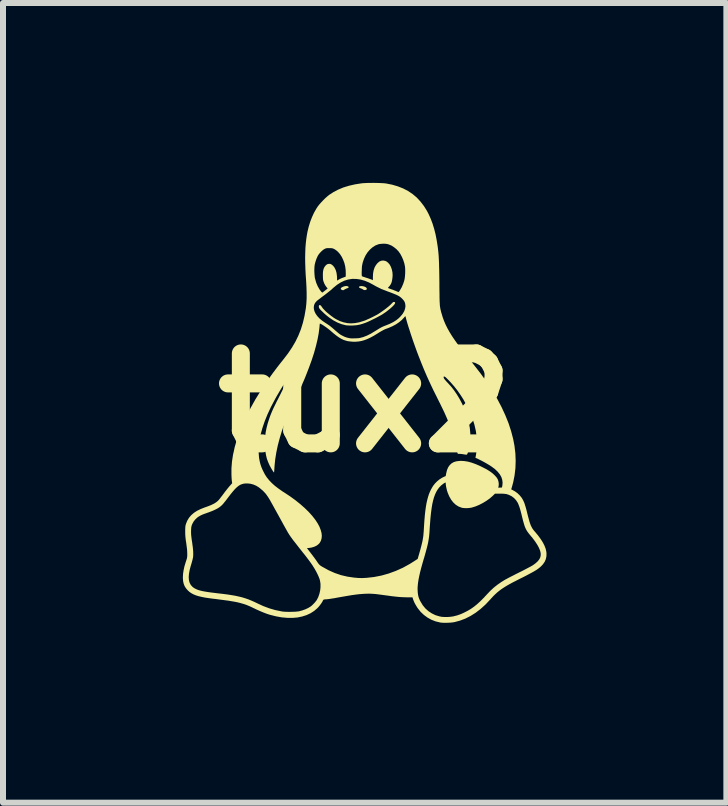
<source format=kicad_pcb>
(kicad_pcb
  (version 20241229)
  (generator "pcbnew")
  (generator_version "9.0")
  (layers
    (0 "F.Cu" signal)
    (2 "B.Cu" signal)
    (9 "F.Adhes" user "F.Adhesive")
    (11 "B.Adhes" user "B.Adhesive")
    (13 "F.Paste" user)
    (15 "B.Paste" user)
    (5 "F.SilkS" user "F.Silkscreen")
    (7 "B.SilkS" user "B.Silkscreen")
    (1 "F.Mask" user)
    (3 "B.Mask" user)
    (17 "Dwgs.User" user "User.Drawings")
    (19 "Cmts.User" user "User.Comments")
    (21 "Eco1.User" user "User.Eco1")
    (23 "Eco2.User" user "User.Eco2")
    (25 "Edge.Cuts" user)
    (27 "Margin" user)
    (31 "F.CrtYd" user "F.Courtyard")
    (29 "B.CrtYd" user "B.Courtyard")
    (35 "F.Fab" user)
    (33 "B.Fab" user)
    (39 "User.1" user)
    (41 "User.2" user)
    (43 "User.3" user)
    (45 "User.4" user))
  (footprint "tux2"
    (layer "F.Cu")
    (at 3.038 3.666)
    (property "Reference" "tux2" (at 0 0 0) (layer "F.SilkS") (effects (font (size 1.5 1.5) (thickness 0.3))))
    (attr board_only exclude_from_pos_files exclude_from_bom)
    (fp_poly (pts (xy -0.293 -1.943) (xy -0.281 -1.938) (xy -0.273 -1.929) (xy -0.275 -1.92) (xy -0.286 -1.913) (xy -0.296 -1.909) (xy -0.314 -1.902) (xy -0.333 -1.893) (xy -0.34 -1.889) (xy -0.354 -1.88) (xy -0.362 -1.876) (xy -0.37 -1.876) (xy -0.38 -1.879) (xy -0.386 -1.881) (xy -0.398 -1.888) (xy -0.405 -1.895) (xy -0.405 -1.896) (xy -0.403 -1.909) (xy -0.393 -1.92) (xy -0.376 -1.93) (xy -0.356 -1.938) (xy -0.334 -1.944) (xy -0.312 -1.946)) (stroke (width 0) (type solid)) (fill yes) (layer "F.SilkS"))
    (fp_poly (pts (xy -0.053 -1.945) (xy -0.027 -1.941) (xy -0.004 -1.934) (xy 0.014 -1.924) (xy 0.026 -1.912) (xy 0.03 -1.9) (xy 0.026 -1.888) (xy 0.026 -1.887) (xy 0.016 -1.882) (xy 0.001 -1.878) (xy -0.013 -1.878) (xy -0.016 -1.879) (xy -0.025 -1.883) (xy -0.037 -1.891) (xy -0.037 -1.891) (xy -0.052 -1.899) (xy -0.069 -1.906) (xy -0.073 -1.907) (xy -0.091 -1.915) (xy -0.1 -1.924) (xy -0.101 -1.932) (xy -0.093 -1.939) (xy -0.078 -1.944) (xy -0.055 -1.945)) (stroke (width 0) (type solid)) (fill yes) (layer "F.SilkS"))
    (fp_poly (pts (xy 0.485 -1.68) (xy 0.496 -1.678) (xy 0.501 -1.67) (xy 0.502 -1.665) (xy 0.499 -1.653) (xy 0.488 -1.637) (xy 0.47 -1.616) (xy 0.446 -1.593) (xy 0.418 -1.568) (xy 0.384 -1.541) (xy 0.348 -1.513) (xy 0.308 -1.486) (xy 0.295 -1.477) (xy 0.272 -1.463) (xy 0.243 -1.447) (xy 0.208 -1.428) (xy 0.17 -1.408) (xy 0.13 -1.389) (xy 0.092 -1.37) (xy 0.056 -1.353) (xy 0.026 -1.34) (xy 0.011 -1.334) (xy -0.043 -1.315) (xy -0.093 -1.301) (xy -0.143 -1.292) (xy -0.196 -1.288) (xy -0.213 -1.287) (xy -0.26 -1.287) (xy -0.297 -1.289) (xy -0.323 -1.292) (xy -0.392 -1.31) (xy -0.46 -1.337) (xy -0.528 -1.373) (xy -0.596 -1.419) (xy -0.627 -1.443) (xy -0.655 -1.466) (xy -0.682 -1.49) (xy -0.707 -1.514) (xy -0.73 -1.536) (xy -0.748 -1.555) (xy -0.76 -1.57) (xy -0.765 -1.578) (xy -0.771 -1.6) (xy -0.77 -1.616) (xy -0.764 -1.626) (xy -0.753 -1.629) (xy -0.741 -1.623) (xy -0.726 -1.606) (xy -0.717 -1.592) (xy -0.703 -1.573) (xy -0.681 -1.549) (xy -0.654 -1.522) (xy -0.623 -1.495) (xy -0.589 -1.467) (xy -0.554 -1.44) (xy -0.521 -1.416) (xy -0.489 -1.396) (xy -0.481 -1.392) (xy -0.419 -1.361) (xy -0.356 -1.34) (xy -0.294 -1.327) (xy -0.231 -1.323) (xy -0.165 -1.328) (xy -0.096 -1.341) (xy -0.023 -1.364) (xy -0.007 -1.369) (xy 0.018 -1.379) (xy 0.048 -1.393) (xy 0.083 -1.408) (xy 0.118 -1.425) (xy 0.153 -1.443) (xy 0.184 -1.459) (xy 0.21 -1.473) (xy 0.221 -1.48) (xy 0.249 -1.498) (xy 0.28 -1.52) (xy 0.313 -1.543) (xy 0.345 -1.567) (xy 0.375 -1.591) (xy 0.402 -1.613) (xy 0.423 -1.632) (xy 0.438 -1.647) (xy 0.438 -1.647) (xy 0.454 -1.664) (xy 0.465 -1.674) (xy 0.473 -1.679) (xy 0.481 -1.681)) (stroke (width 0) (type solid)) (fill yes) (layer "F.SilkS"))
    (fp_poly (pts (xy 0.189 -3.665) (xy 0.235 -3.664) (xy 0.278 -3.662) (xy 0.314 -3.66) (xy 0.343 -3.657) (xy 0.351 -3.656) (xy 0.452 -3.636) (xy 0.547 -3.608) (xy 0.636 -3.573) (xy 0.717 -3.531) (xy 0.793 -3.48) (xy 0.862 -3.422) (xy 0.924 -3.355) (xy 0.981 -3.281) (xy 1.033 -3.198) (xy 1.062 -3.142) (xy 1.096 -3.066) (xy 1.126 -2.986) (xy 1.152 -2.902) (xy 1.175 -2.812) (xy 1.194 -2.715) (xy 1.209 -2.621) (xy 1.214 -2.585) (xy 1.218 -2.55) (xy 1.222 -2.516) (xy 1.225 -2.482) (xy 1.228 -2.446) (xy 1.23 -2.408) (xy 1.232 -2.366) (xy 1.234 -2.32) (xy 1.235 -2.269) (xy 1.237 -2.211) (xy 1.238 -2.146) (xy 1.239 -2.073) (xy 1.24 -1.994) (xy 1.24 -1.922) (xy 1.241 -1.86) (xy 1.242 -1.807) (xy 1.242 -1.76) (xy 1.243 -1.721) (xy 1.244 -1.687) (xy 1.246 -1.658) (xy 1.247 -1.633) (xy 1.249 -1.611) (xy 1.252 -1.592) (xy 1.255 -1.574) (xy 1.258 -1.556) (xy 1.263 -1.539) (xy 1.267 -1.519) (xy 1.273 -1.498) (xy 1.276 -1.489) (xy 1.294 -1.428) (xy 1.316 -1.367) (xy 1.342 -1.306) (xy 1.373 -1.243) (xy 1.41 -1.177) (xy 1.452 -1.109) (xy 1.501 -1.037) (xy 1.556 -0.96) (xy 1.618 -0.878) (xy 1.68 -0.8) (xy 1.7 -0.775) (xy 1.725 -0.744) (xy 1.753 -0.709) (xy 1.781 -0.674) (xy 1.808 -0.64) (xy 1.817 -0.629) (xy 1.928 -0.486) (xy 2.03 -0.344) (xy 2.121 -0.204) (xy 2.204 -0.065) (xy 2.276 0.072) (xy 2.339 0.208) (xy 2.393 0.342) (xy 2.436 0.474) (xy 2.47 0.604) (xy 2.492 0.718) (xy 2.507 0.844) (xy 2.512 0.969) (xy 2.508 1.091) (xy 2.494 1.21) (xy 2.471 1.327) (xy 2.453 1.393) (xy 2.447 1.414) (xy 2.442 1.431) (xy 2.439 1.442) (xy 2.438 1.445) (xy 2.443 1.448) (xy 2.453 1.454) (xy 2.461 1.457) (xy 2.502 1.48) (xy 2.543 1.51) (xy 2.58 1.546) (xy 2.612 1.585) (xy 2.624 1.605) (xy 2.637 1.628) (xy 2.648 1.652) (xy 2.659 1.678) (xy 2.669 1.71) (xy 2.68 1.746) (xy 2.692 1.79) (xy 2.705 1.843) (xy 2.705 1.843) (xy 2.719 1.899) (xy 2.732 1.946) (xy 2.743 1.986) (xy 2.754 2.019) (xy 2.765 2.048) (xy 2.777 2.072) (xy 2.789 2.095) (xy 2.804 2.116) (xy 2.82 2.137) (xy 2.833 2.151) (xy 2.886 2.215) (xy 2.93 2.275) (xy 2.966 2.332) (xy 2.993 2.385) (xy 3.012 2.435) (xy 3.023 2.483) (xy 3.026 2.51) (xy 3.025 2.561) (xy 3.015 2.609) (xy 2.996 2.653) (xy 2.967 2.695) (xy 2.95 2.713) (xy 2.934 2.73) (xy 2.917 2.745) (xy 2.9 2.759) (xy 2.881 2.773) (xy 2.86 2.788) (xy 2.835 2.803) (xy 2.806 2.82) (xy 2.771 2.839) (xy 2.73 2.861) (xy 2.683 2.886) (xy 2.628 2.914) (xy 2.593 2.931) (xy 2.523 2.967) (xy 2.46 2.999) (xy 2.405 3.029) (xy 2.356 3.057) (xy 2.313 3.084) (xy 2.274 3.11) (xy 2.239 3.136) (xy 2.206 3.163) (xy 2.175 3.191) (xy 2.144 3.221) (xy 2.113 3.254) (xy 2.088 3.282) (xy 2.009 3.366) (xy 1.928 3.439) (xy 1.845 3.503) (xy 1.759 3.557) (xy 1.672 3.601) (xy 1.582 3.635) (xy 1.496 3.658) (xy 1.463 3.664) (xy 1.423 3.668) (xy 1.38 3.67) (xy 1.337 3.671) (xy 1.296 3.67) (xy 1.262 3.667) (xy 1.251 3.665) (xy 1.177 3.647) (xy 1.107 3.62) (xy 1.042 3.584) (xy 0.982 3.54) (xy 0.927 3.488) (xy 0.88 3.429) (xy 0.871 3.416) (xy 0.844 3.372) (xy 0.821 3.329) (xy 0.805 3.289) (xy 0.8 3.275) (xy 0.791 3.246) (xy 0.711 3.246) (xy 0.666 3.245) (xy 0.619 3.243) (xy 0.567 3.24) (xy 0.51 3.234) (xy 0.447 3.227) (xy 0.376 3.217) (xy 0.345 3.213) (xy 0.292 3.206) (xy 0.247 3.2) (xy 0.209 3.195) (xy 0.176 3.191) (xy 0.149 3.189) (xy 0.124 3.187) (xy 0.1 3.186) (xy 0.077 3.185) (xy 0.059 3.185) (xy 0.012 3.186) (xy -0.039 3.189) (xy -0.093 3.193) (xy -0.152 3.2) (xy -0.218 3.209) (xy -0.29 3.221) (xy -0.371 3.235) (xy -0.418 3.243) (xy -0.468 3.252) (xy -0.509 3.26) (xy -0.544 3.265) (xy -0.574 3.27) (xy -0.601 3.274) (xy -0.626 3.277) (xy -0.65 3.279) (xy -0.656 3.279) (xy -0.676 3.281) (xy -0.688 3.284) (xy -0.695 3.287) (xy -0.699 3.293) (xy -0.702 3.298) (xy -0.713 3.321) (xy -0.73 3.347) (xy -0.751 3.376) (xy -0.773 3.403) (xy -0.794 3.426) (xy -0.849 3.473) (xy -0.91 3.512) (xy -0.977 3.543) (xy -1.05 3.566) (xy -1.127 3.582) (xy -1.21 3.589) (xy -1.297 3.588) (xy -1.389 3.58) (xy -1.484 3.563) (xy -1.583 3.538) (xy -1.6 3.533) (xy -1.645 3.518) (xy -1.697 3.498) (xy -1.752 3.475) (xy -1.81 3.449) (xy -1.845 3.432) (xy -1.885 3.413) (xy -1.917 3.398) (xy -1.945 3.386) (xy -1.969 3.376) (xy -1.993 3.367) (xy -2.017 3.359) (xy -2.044 3.351) (xy -2.046 3.351) (xy -2.075 3.342) (xy -2.103 3.335) (xy -2.132 3.328) (xy -2.162 3.322) (xy -2.195 3.316) (xy -2.231 3.31) (xy -2.271 3.303) (xy -2.317 3.297) (xy -2.37 3.29) (xy -2.43 3.282) (xy -2.498 3.273) (xy -2.535 3.269) (xy -2.61 3.259) (xy -2.676 3.249) (xy -2.733 3.237) (xy -2.783 3.225) (xy -2.826 3.211) (xy -2.864 3.195) (xy -2.897 3.177) (xy -2.926 3.157) (xy -2.952 3.134) (xy -2.954 3.132) (xy -2.985 3.097) (xy -3.008 3.061) (xy -3.024 3.022) (xy -3.034 2.977) (xy -3.038 2.925) (xy -3.038 2.911) (xy -2.941 2.911) (xy -2.937 2.96) (xy -2.926 3.002) (xy -2.907 3.038) (xy -2.881 3.068) (xy -2.856 3.088) (xy -2.833 3.101) (xy -2.808 3.113) (xy -2.781 3.124) (xy -2.749 3.133) (xy -2.712 3.142) (xy -2.669 3.15) (xy -2.619 3.158) (xy -2.562 3.166) (xy -2.496 3.174) (xy -2.465 3.178) (xy -2.377 3.188) (xy -2.298 3.198) (xy -2.227 3.209) (xy -2.163 3.22) (xy -2.104 3.233) (xy -2.05 3.246) (xy -1.998 3.262) (xy -1.948 3.279) (xy -1.899 3.299) (xy -1.849 3.321) (xy -1.798 3.345) (xy -1.797 3.346) (xy -1.697 3.392) (xy -1.598 3.429) (xy -1.499 3.458) (xy -1.398 3.479) (xy -1.382 3.482) (xy -1.356 3.485) (xy -1.323 3.487) (xy -1.285 3.488) (xy -1.245 3.488) (xy -1.205 3.487) (xy -1.168 3.486) (xy -1.134 3.483) (xy -1.107 3.48) (xy -1.097 3.478) (xy -1.046 3.464) (xy -0.996 3.446) (xy -0.951 3.425) (xy -0.912 3.402) (xy -0.908 3.399) (xy -0.886 3.382) (xy -0.862 3.358) (xy -0.838 3.333) (xy -0.817 3.307) (xy -0.806 3.292) (xy -0.781 3.244) (xy -0.762 3.19) (xy -0.749 3.134) (xy -0.744 3.091) (xy 0.876 3.091) (xy 0.877 3.13) (xy 0.879 3.165) (xy 0.884 3.204) (xy 0.891 3.237) (xy 0.902 3.268) (xy 0.917 3.302) (xy 0.924 3.314) (xy 0.961 3.376) (xy 1.005 3.43) (xy 1.056 3.476) (xy 1.112 3.513) (xy 1.173 3.543) (xy 1.239 3.563) (xy 1.278 3.571) (xy 1.304 3.573) (xy 1.336 3.574) (xy 1.372 3.574) (xy 1.409 3.572) (xy 1.443 3.568) (xy 1.471 3.564) (xy 1.537 3.547) (xy 1.602 3.524) (xy 1.648 3.503) (xy 1.707 3.473) (xy 1.762 3.441) (xy 1.815 3.404) (xy 1.867 3.362) (xy 1.92 3.314) (xy 1.975 3.259) (xy 2.031 3.199) (xy 2.088 3.139) (xy 2.146 3.085) (xy 2.209 3.035) (xy 2.277 2.988) (xy 2.324 2.959) (xy 2.341 2.949) (xy 2.366 2.936) (xy 2.397 2.919) (xy 2.434 2.9) (xy 2.474 2.88) (xy 2.516 2.858) (xy 2.559 2.837) (xy 2.568 2.832) (xy 2.611 2.811) (xy 2.652 2.79) (xy 2.692 2.769) (xy 2.728 2.75) (xy 2.759 2.734) (xy 2.783 2.72) (xy 2.8 2.71) (xy 2.803 2.708) (xy 2.845 2.677) (xy 2.878 2.647) (xy 2.902 2.618) (xy 2.919 2.588) (xy 2.928 2.555) (xy 2.93 2.544) (xy 2.929 2.507) (xy 2.919 2.466) (xy 2.9 2.42) (xy 2.873 2.37) (xy 2.837 2.315) (xy 2.793 2.256) (xy 2.761 2.218) (xy 2.737 2.189) (xy 2.717 2.163) (xy 2.7 2.138) (xy 2.685 2.112) (xy 2.672 2.084) (xy 2.66 2.053) (xy 2.649 2.017) (xy 2.637 1.974) (xy 2.624 1.924) (xy 2.618 1.9) (xy 2.606 1.849) (xy 2.595 1.807) (xy 2.585 1.772) (xy 2.576 1.743) (xy 2.567 1.718) (xy 2.558 1.695) (xy 2.549 1.674) (xy 2.544 1.665) (xy 2.517 1.624) (xy 2.483 1.588) (xy 2.442 1.558) (xy 2.396 1.536) (xy 2.355 1.523) (xy 2.336 1.521) (xy 2.309 1.518) (xy 2.276 1.517) (xy 2.245 1.517) (xy 2.167 1.517) (xy 2.13 1.553) (xy 2.081 1.596) (xy 2.025 1.636) (xy 1.966 1.672) (xy 1.904 1.704) (xy 1.842 1.73) (xy 1.783 1.748) (xy 1.77 1.751) (xy 1.736 1.756) (xy 1.699 1.759) (xy 1.662 1.758) (xy 1.629 1.755) (xy 1.608 1.75) (xy 1.559 1.731) (xy 1.513 1.702) (xy 1.472 1.664) (xy 1.436 1.618) (xy 1.405 1.564) (xy 1.379 1.503) (xy 1.377 1.496) (xy 1.366 1.463) (xy 1.358 1.428) (xy 1.351 1.395) (xy 1.347 1.367) (xy 1.346 1.351) (xy 1.345 1.338) (xy 1.343 1.331) (xy 1.342 1.331) (xy 1.334 1.334) (xy 1.32 1.342) (xy 1.302 1.354) (xy 1.284 1.368) (xy 1.267 1.382) (xy 1.26 1.389) (xy 1.233 1.418) (xy 1.209 1.451) (xy 1.187 1.488) (xy 1.168 1.53) (xy 1.15 1.578) (xy 1.135 1.632) (xy 1.121 1.693) (xy 1.11 1.762) (xy 1.1 1.838) (xy 1.091 1.923) (xy 1.084 2.017) (xy 1.079 2.08) (xy 1.076 2.132) (xy 1.073 2.178) (xy 1.069 2.22) (xy 1.064 2.26) (xy 1.058 2.298) (xy 1.051 2.337) (xy 1.042 2.377) (xy 1.031 2.421) (xy 1.018 2.469) (xy 1.003 2.524) (xy 0.985 2.587) (xy 0.981 2.599) (xy 0.956 2.685) (xy 0.935 2.762) (xy 0.917 2.832) (xy 0.903 2.895) (xy 0.892 2.951) (xy 0.884 3.002) (xy 0.879 3.048) (xy 0.876 3.091) (xy -0.744 3.091) (xy -0.743 3.076) (xy -0.743 3.02) (xy -0.751 2.968) (xy -0.759 2.939) (xy -0.773 2.903) (xy -0.792 2.861) (xy -0.814 2.817) (xy -0.839 2.773) (xy -0.859 2.74) (xy -0.875 2.715) (xy -0.893 2.688) (xy -0.914 2.659) (xy -0.938 2.626) (xy -0.966 2.589) (xy -0.998 2.547) (xy -1.036 2.5) (xy -1.079 2.445) (xy -1.083 2.441) (xy -1.11 2.406) (xy -1.138 2.37) (xy -1.165 2.335) (xy -1.19 2.304) (xy -1.211 2.276) (xy -1.227 2.254) (xy -1.231 2.248) (xy -1.241 2.235) (xy -1.249 2.223) (xy -1.257 2.211) (xy -1.265 2.199) (xy -1.273 2.186) (xy -1.283 2.171) (xy -1.293 2.153) (xy -1.305 2.132) (xy -1.319 2.107) (xy -1.335 2.078) (xy -1.355 2.043) (xy -1.377 2.002) (xy -1.403 1.955) (xy -1.433 1.9) (xy -1.468 1.837) (xy -1.474 1.826) (xy -1.507 1.767) (xy -1.535 1.715) (xy -1.56 1.671) (xy -1.581 1.633) (xy -1.6 1.601) (xy -1.617 1.574) (xy -1.633 1.551) (xy -1.647 1.531) (xy -1.661 1.513) (xy -1.676 1.497) (xy -1.69 1.482) (xy -1.706 1.466) (xy -1.72 1.454) (xy -1.768 1.414) (xy -1.815 1.385) (xy -1.864 1.364) (xy -1.915 1.351) (xy -1.957 1.347) (xy -1.991 1.347) (xy -2.023 1.35) (xy -2.052 1.358) (xy -2.08 1.369) (xy -2.108 1.386) (xy -2.137 1.409) (xy -2.167 1.438) (xy -2.199 1.474) (xy -2.235 1.518) (xy -2.273 1.567) (xy -2.295 1.596) (xy -2.316 1.624) (xy -2.336 1.649) (xy -2.353 1.67) (xy -2.365 1.685) (xy -2.369 1.69) (xy -2.396 1.717) (xy -2.425 1.741) (xy -2.459 1.763) (xy -2.498 1.783) (xy -2.544 1.804) (xy -2.598 1.825) (xy -2.624 1.834) (xy -2.654 1.845) (xy -2.685 1.856) (xy -2.713 1.867) (xy -2.735 1.877) (xy -2.741 1.88) (xy -2.786 1.906) (xy -2.825 1.94) (xy -2.858 1.98) (xy -2.882 2.024) (xy -2.891 2.047) (xy -2.898 2.077) (xy -2.901 2.115) (xy -2.902 2.158) (xy -2.9 2.207) (xy -2.894 2.259) (xy -2.891 2.283) (xy -2.883 2.333) (xy -2.878 2.374) (xy -2.873 2.407) (xy -2.87 2.436) (xy -2.868 2.46) (xy -2.866 2.483) (xy -2.866 2.504) (xy -2.865 2.52) (xy -2.866 2.539) (xy -2.866 2.557) (xy -2.868 2.573) (xy -2.871 2.59) (xy -2.875 2.609) (xy -2.881 2.632) (xy -2.889 2.661) (xy -2.899 2.697) (xy -2.908 2.725) (xy -2.926 2.794) (xy -2.937 2.856) (xy -2.941 2.911) (xy -3.038 2.911) (xy -3.038 2.909) (xy -3.035 2.853) (xy -3.026 2.793) (xy -3.012 2.729) (xy -2.991 2.66) (xy -2.989 2.654) (xy -2.98 2.626) (xy -2.973 2.605) (xy -2.969 2.588) (xy -2.967 2.573) (xy -2.965 2.555) (xy -2.965 2.533) (xy -2.965 2.517) (xy -2.966 2.485) (xy -2.968 2.45) (xy -2.973 2.411) (xy -2.979 2.365) (xy -2.982 2.339) (xy -2.989 2.298) (xy -2.993 2.263) (xy -2.996 2.234) (xy -2.998 2.206) (xy -2.999 2.178) (xy -2.999 2.146) (xy -2.999 2.144) (xy -2.999 2.112) (xy -2.998 2.087) (xy -2.997 2.069) (xy -2.995 2.054) (xy -2.992 2.039) (xy -2.987 2.024) (xy -2.986 2.019) (xy -2.964 1.966) (xy -2.935 1.918) (xy -2.898 1.875) (xy -2.854 1.837) (xy -2.802 1.803) (xy -2.74 1.773) (xy -2.682 1.75) (xy -2.626 1.73) (xy -2.579 1.712) (xy -2.54 1.694) (xy -2.508 1.677) (xy -2.481 1.659) (xy -2.458 1.641) (xy -2.439 1.621) (xy -2.437 1.619) (xy -2.427 1.607) (xy -2.412 1.587) (xy -2.394 1.564) (xy -2.374 1.538) (xy -2.356 1.514) (xy -2.335 1.485) (xy -2.311 1.455) (xy -2.289 1.427) (xy -2.269 1.403) (xy -2.257 1.389) (xy -2.216 1.343) (xy -2.22 1.315) (xy -2.222 1.301) (xy -2.224 1.278) (xy -2.226 1.251) (xy -2.227 1.221) (xy -2.228 1.204) (xy -2.228 1.095) (xy -2.219 0.981) (xy -2.201 0.863) (xy -2.192 0.826) (xy -1.775 0.826) (xy -1.768 0.916) (xy -1.758 0.972) (xy -1.749 1.011) (xy -1.738 1.047) (xy -1.725 1.083) (xy -1.708 1.122) (xy -1.699 1.14) (xy -1.671 1.195) (xy -1.638 1.246) (xy -1.599 1.294) (xy -1.555 1.34) (xy -1.504 1.386) (xy -1.444 1.432) (xy -1.377 1.479) (xy -1.342 1.501) (xy -1.25 1.562) (xy -1.163 1.625) (xy -1.082 1.69) (xy -1.007 1.756) (xy -0.94 1.821) (xy -0.881 1.887) (xy -0.83 1.952) (xy -0.791 2.011) (xy -0.761 2.067) (xy -0.74 2.121) (xy -0.726 2.172) (xy -0.721 2.22) (xy -0.725 2.264) (xy -0.737 2.304) (xy -0.757 2.339) (xy -0.772 2.356) (xy -0.806 2.383) (xy -0.848 2.403) (xy -0.897 2.417) (xy -0.933 2.422) (xy -0.969 2.426) (xy -0.906 2.507) (xy -0.883 2.537) (xy -0.859 2.569) (xy -0.836 2.6) (xy -0.816 2.628) (xy -0.803 2.647) (xy -0.787 2.671) (xy -0.774 2.688) (xy -0.763 2.7) (xy -0.752 2.711) (xy -0.738 2.721) (xy -0.719 2.733) (xy -0.708 2.739) (xy -0.607 2.795) (xy -0.505 2.84) (xy -0.4 2.876) (xy -0.293 2.901) (xy -0.183 2.917) (xy -0.112 2.923) (xy -0.092 2.924) (xy -0.074 2.924) (xy -0.064 2.925) (xy -0.053 2.925) (xy -0.035 2.924) (xy -0.011 2.923) (xy 0.016 2.921) (xy 0.025 2.921) (xy 0.15 2.907) (xy 0.273 2.883) (xy 0.394 2.849) (xy 0.514 2.805) (xy 0.632 2.752) (xy 0.748 2.688) (xy 0.824 2.64) (xy 0.878 2.605) (xy 0.904 2.515) (xy 0.922 2.451) (xy 0.937 2.395) (xy 0.949 2.346) (xy 0.959 2.302) (xy 0.966 2.261) (xy 0.972 2.223) (xy 0.975 2.185) (xy 0.978 2.151) (xy 0.984 2.052) (xy 0.99 1.962) (xy 0.997 1.88) (xy 1.005 1.807) (xy 1.014 1.741) (xy 1.024 1.681) (xy 1.036 1.627) (xy 1.049 1.578) (xy 1.063 1.533) (xy 1.079 1.492) (xy 1.097 1.453) (xy 1.117 1.417) (xy 1.136 1.386) (xy 1.165 1.349) (xy 1.2 1.313) (xy 1.24 1.28) (xy 1.282 1.253) (xy 1.323 1.233) (xy 1.324 1.232) (xy 1.345 1.224) (xy 1.354 1.176) (xy 1.367 1.123) (xy 1.386 1.078) (xy 1.412 1.041) (xy 1.443 1.012) (xy 1.481 0.99) (xy 1.526 0.977) (xy 1.578 0.971) (xy 1.595 0.97) (xy 1.653 0.973) (xy 1.711 0.982) (xy 1.772 0.998) (xy 1.837 1.021) (xy 1.859 1.03) (xy 1.887 1.042) (xy 1.921 1.057) (xy 1.957 1.075) (xy 1.992 1.093) (xy 2.024 1.109) (xy 2.047 1.123) (xy 2.091 1.151) (xy 2.13 1.181) (xy 2.164 1.213) (xy 2.192 1.244) (xy 2.211 1.274) (xy 2.214 1.28) (xy 2.223 1.307) (xy 2.229 1.338) (xy 2.23 1.369) (xy 2.226 1.397) (xy 2.226 1.399) (xy 2.221 1.418) (xy 2.252 1.416) (xy 2.283 1.415) (xy 2.29 1.382) (xy 2.294 1.333) (xy 2.288 1.286) (xy 2.273 1.239) (xy 2.247 1.194) (xy 2.211 1.15) (xy 2.165 1.106) (xy 2.108 1.064) (xy 2.107 1.063) (xy 2.081 1.046) (xy 2.048 1.026) (xy 2.012 1.005) (xy 1.974 0.984) (xy 1.938 0.965) (xy 1.904 0.948) (xy 1.877 0.934) (xy 1.872 0.932) (xy 1.841 0.919) (xy 1.85 0.872) (xy 1.864 0.776) (xy 1.868 0.676) (xy 1.862 0.575) (xy 1.848 0.471) (xy 1.824 0.367) (xy 1.791 0.261) (xy 1.749 0.155) (xy 1.697 0.048) (xy 1.638 -0.058) (xy 1.594 -0.127) (xy 1.541 -0.203) (xy 1.486 -0.273) (xy 1.427 -0.34) (xy 1.382 -0.387) (xy 1.358 -0.411) (xy 1.339 -0.428) (xy 1.325 -0.436) (xy 1.316 -0.437) (xy 1.311 -0.431) (xy 1.311 -0.423) (xy 1.312 -0.415) (xy 1.316 -0.405) (xy 1.325 -0.392) (xy 1.338 -0.376) (xy 1.356 -0.355) (xy 1.381 -0.329) (xy 1.389 -0.32) (xy 1.44 -0.264) (xy 1.486 -0.204) (xy 1.53 -0.14) (xy 1.573 -0.069) (xy 1.615 0.01) (xy 1.618 0.016) (xy 1.664 0.119) (xy 1.701 0.22) (xy 1.729 0.321) (xy 1.747 0.42) (xy 1.756 0.518) (xy 1.755 0.613) (xy 1.745 0.707) (xy 1.725 0.797) (xy 1.719 0.815) (xy 1.712 0.839) (xy 1.706 0.855) (xy 1.7 0.864) (xy 1.691 0.867) (xy 1.678 0.866) (xy 1.658 0.863) (xy 1.653 0.862) (xy 1.628 0.858) (xy 1.602 0.855) (xy 1.58 0.853) (xy 1.576 0.853) (xy 1.563 0.854) (xy 1.554 0.853) (xy 1.547 0.85) (xy 1.543 0.844) (xy 1.54 0.832) (xy 1.536 0.813) (xy 1.531 0.79) (xy 1.521 0.74) (xy 1.507 0.684) (xy 1.491 0.624) (xy 1.473 0.562) (xy 1.454 0.501) (xy 1.448 0.483) (xy 1.432 0.435) (xy 1.416 0.391) (xy 1.401 0.348) (xy 1.385 0.307) (xy 1.368 0.265) (xy 1.349 0.222) (xy 1.329 0.176) (xy 1.306 0.127) (xy 1.279 0.072) (xy 1.25 0.012) (xy 1.216 -0.055) (xy 1.197 -0.094) (xy 1.138 -0.212) (xy 1.084 -0.326) (xy 1.033 -0.438) (xy 0.984 -0.551) (xy 0.937 -0.667) (xy 0.889 -0.789) (xy 0.86 -0.866) (xy 0.841 -0.919) (xy 0.821 -0.975) (xy 0.8 -1.034) (xy 0.78 -1.093) (xy 0.76 -1.153) (xy 0.742 -1.21) (xy 0.724 -1.265) (xy 0.709 -1.314) (xy 0.696 -1.359) (xy 0.686 -1.395) (xy 0.681 -1.416) (xy 0.677 -1.431) (xy 0.673 -1.441) (xy 0.671 -1.443) (xy 0.667 -1.439) (xy 0.658 -1.429) (xy 0.648 -1.417) (xy 0.612 -1.379) (xy 0.568 -1.342) (xy 0.516 -1.307) (xy 0.459 -1.276) (xy 0.397 -1.249) (xy 0.379 -1.242) (xy 0.354 -1.233) (xy 0.331 -1.224) (xy 0.31 -1.214) (xy 0.288 -1.202) (xy 0.263 -1.188) (xy 0.233 -1.17) (xy 0.203 -1.151) (xy 0.142 -1.114) (xy 0.086 -1.084) (xy 0.034 -1.06) (xy -0.014 -1.042) (xy -0.061 -1.029) (xy -0.107 -1.021) (xy -0.155 -1.017) (xy -0.203 -1.017) (xy -0.247 -1.021) (xy -0.287 -1.026) (xy -0.325 -1.036) (xy -0.362 -1.049) (xy -0.399 -1.067) (xy -0.437 -1.09) (xy -0.478 -1.119) (xy -0.522 -1.154) (xy -0.572 -1.197) (xy -0.58 -1.204) (xy -0.598 -1.219) (xy -0.62 -1.236) (xy -0.644 -1.254) (xy -0.668 -1.271) (xy -0.692 -1.287) (xy -0.714 -1.301) (xy -0.732 -1.311) (xy -0.746 -1.318) (xy -0.753 -1.32) (xy -0.754 -1.319) (xy -0.755 -1.312) (xy -0.757 -1.297) (xy -0.759 -1.276) (xy -0.761 -1.252) (xy -0.773 -1.158) (xy -0.792 -1.057) (xy -0.818 -0.948) (xy -0.85 -0.832) (xy -0.89 -0.709) (xy -0.937 -0.58) (xy -0.983 -0.462) (xy -1.002 -0.414) (xy -1.022 -0.367) (xy -1.043 -0.319) (xy -1.064 -0.268) (xy -1.088 -0.215) (xy -1.114 -0.157) (xy -1.143 -0.093) (xy -1.175 -0.023) (xy -1.209 0.051) (xy -1.239 0.115) (xy -1.264 0.171) (xy -1.286 0.22) (xy -1.306 0.263) (xy -1.322 0.301) (xy -1.337 0.336) (xy -1.35 0.369) (xy -1.361 0.399) (xy -1.372 0.43) (xy -1.383 0.461) (xy -1.392 0.487) (xy -1.426 0.601) (xy -1.456 0.716) (xy -1.48 0.831) (xy -1.498 0.943) (xy -1.509 1.051) (xy -1.512 1.097) (xy -1.514 1.122) (xy -1.515 1.142) (xy -1.517 1.157) (xy -1.518 1.163) (xy -1.519 1.163) (xy -1.523 1.159) (xy -1.532 1.148) (xy -1.543 1.131) (xy -1.556 1.11) (xy -1.569 1.087) (xy -1.582 1.063) (xy -1.591 1.047) (xy -1.617 0.989) (xy -1.638 0.932) (xy -1.652 0.873) (xy -1.663 0.81) (xy -1.668 0.742) (xy -1.67 0.706) (xy -1.67 0.631) (xy -1.666 0.561) (xy -1.657 0.492) (xy -1.643 0.422) (xy -1.624 0.348) (xy -1.603 0.282) (xy -1.591 0.246) (xy -1.579 0.213) (xy -1.566 0.181) (xy -1.553 0.149) (xy -1.538 0.115) (xy -1.521 0.078) (xy -1.5 0.036) (xy -1.477 -0.012) (xy -1.45 -0.064) (xy -1.431 -0.102) (xy -1.412 -0.139) (xy -1.395 -0.174) (xy -1.38 -0.204) (xy -1.368 -0.23) (xy -1.36 -0.248) (xy -1.357 -0.255) (xy -1.347 -0.281) (xy -1.342 -0.3) (xy -1.342 -0.311) (xy -1.346 -0.314) (xy -1.347 -0.314) (xy -1.351 -0.309) (xy -1.36 -0.296) (xy -1.373 -0.277) (xy -1.388 -0.252) (xy -1.406 -0.223) (xy -1.425 -0.191) (xy -1.445 -0.157) (xy -1.466 -0.121) (xy -1.486 -0.086) (xy -1.504 -0.053) (xy -1.505 -0.051) (xy -1.571 0.074) (xy -1.627 0.195) (xy -1.674 0.311) (xy -1.712 0.423) (xy -1.742 0.531) (xy -1.762 0.634) (xy -1.773 0.732) (xy -1.775 0.826) (xy -2.192 0.826) (xy -2.174 0.742) (xy -2.138 0.617) (xy -2.093 0.489) (xy -2.04 0.358) (xy -1.979 0.223) (xy -1.908 0.087) (xy -1.83 -0.053) (xy -1.743 -0.194) (xy -1.649 -0.338) (xy -1.546 -0.483) (xy -1.491 -0.556) (xy -1.467 -0.588) (xy -1.439 -0.624) (xy -1.41 -0.661) (xy -1.381 -0.697) (xy -1.362 -0.721) (xy -1.286 -0.82) (xy -1.219 -0.919) (xy -1.161 -1.018) (xy -1.112 -1.119) (xy -1.07 -1.224) (xy -1.036 -1.334) (xy -1.009 -1.449) (xy -0.988 -1.571) (xy -0.985 -1.593) (xy -0.985 -1.595) (xy -0.855 -1.595) (xy -0.853 -1.559) (xy -0.842 -1.521) (xy -0.823 -1.482) (xy -0.796 -1.444) (xy -0.761 -1.406) (xy -0.718 -1.37) (xy -0.688 -1.349) (xy -0.664 -1.333) (xy -0.64 -1.317) (xy -0.618 -1.303) (xy -0.61 -1.297) (xy -0.593 -1.286) (xy -0.572 -1.269) (xy -0.549 -1.25) (xy -0.525 -1.23) (xy -0.519 -1.225) (xy -0.496 -1.204) (xy -0.472 -1.184) (xy -0.451 -1.166) (xy -0.435 -1.153) (xy -0.431 -1.15) (xy -0.405 -1.132) (xy -0.373 -1.115) (xy -0.34 -1.099) (xy -0.309 -1.088) (xy -0.29 -1.083) (xy -0.272 -1.079) (xy -0.257 -1.076) (xy -0.251 -1.075) (xy -0.235 -1.073) (xy -0.212 -1.072) (xy -0.184 -1.073) (xy -0.154 -1.073) (xy -0.126 -1.075) (xy -0.102 -1.077) (xy -0.089 -1.079) (xy -0.029 -1.095) (xy 0.035 -1.12) (xy 0.102 -1.154) (xy 0.144 -1.18) (xy 0.184 -1.204) (xy 0.216 -1.224) (xy 0.242 -1.24) (xy 0.264 -1.252) (xy 0.284 -1.263) (xy 0.303 -1.271) (xy 0.321 -1.279) (xy 0.342 -1.287) (xy 0.345 -1.288) (xy 0.412 -1.315) (xy 0.47 -1.344) (xy 0.521 -1.376) (xy 0.565 -1.412) (xy 0.598 -1.446) (xy 0.63 -1.486) (xy 0.654 -1.528) (xy 0.668 -1.569) (xy 0.674 -1.61) (xy 0.67 -1.649) (xy 0.661 -1.679) (xy 0.648 -1.701) (xy 0.628 -1.725) (xy 0.605 -1.748) (xy 0.58 -1.768) (xy 0.569 -1.775) (xy 0.546 -1.788) (xy 0.514 -1.803) (xy 0.474 -1.819) (xy 0.429 -1.837) (xy 0.379 -1.855) (xy 0.361 -1.862) (xy 0.273 -1.896) (xy 0.188 -1.938) (xy 0.142 -1.964) (xy 0.068 -2.004) (xy -0.005 -2.034) (xy -0.076 -2.054) (xy -0.145 -2.064) (xy -0.213 -2.065) (xy -0.279 -2.055) (xy -0.344 -2.035) (xy -0.407 -2.005) (xy -0.469 -1.965) (xy -0.53 -1.915) (xy -0.546 -1.9) (xy -0.562 -1.885) (xy -0.585 -1.866) (xy -0.612 -1.845) (xy -0.642 -1.821) (xy -0.673 -1.797) (xy -0.688 -1.786) (xy -0.718 -1.764) (xy -0.745 -1.743) (xy -0.77 -1.724) (xy -0.79 -1.709) (xy -0.804 -1.697) (xy -0.809 -1.692) (xy -0.834 -1.663) (xy -0.849 -1.63) (xy -0.855 -1.595) (xy -0.985 -1.595) (xy -0.978 -1.663) (xy -0.974 -1.743) (xy -0.974 -1.832) (xy -0.977 -1.93) (xy -0.982 -2.022) (xy -0.99 -2.135) (xy -0.993 -2.196) (xy -0.846 -2.196) (xy -0.844 -2.154) (xy -0.841 -2.115) (xy -0.837 -2.081) (xy -0.834 -2.07) (xy -0.815 -2.002) (xy -0.789 -1.941) (xy -0.758 -1.887) (xy -0.735 -1.857) (xy -0.721 -1.842) (xy -0.712 -1.837) (xy -0.709 -1.838) (xy -0.703 -1.843) (xy -0.691 -1.852) (xy -0.674 -1.865) (xy -0.662 -1.874) (xy -0.643 -1.889) (xy -0.631 -1.899) (xy -0.626 -1.905) (xy -0.625 -1.909) (xy -0.628 -1.913) (xy -0.629 -1.913) (xy -0.641 -1.925) (xy -0.655 -1.944) (xy -0.669 -1.967) (xy -0.682 -1.993) (xy -0.689 -2.012) (xy -0.695 -2.029) (xy -0.699 -2.044) (xy -0.701 -2.059) (xy -0.702 -2.079) (xy -0.703 -2.104) (xy -0.703 -2.121) (xy -0.703 -2.16) (xy -0.7 -2.192) (xy -0.695 -2.218) (xy -0.688 -2.241) (xy -0.677 -2.262) (xy -0.67 -2.272) (xy -0.65 -2.296) (xy -0.627 -2.311) (xy -0.601 -2.316) (xy -0.6 -2.316) (xy -0.578 -2.314) (xy -0.559 -2.305) (xy -0.539 -2.289) (xy -0.532 -2.283) (xy -0.508 -2.251) (xy -0.489 -2.212) (xy -0.476 -2.167) (xy -0.469 -2.117) (xy -0.467 -2.086) (xy -0.467 -2.037) (xy -0.433 -2.056) (xy -0.41 -2.068) (xy -0.383 -2.08) (xy -0.361 -2.088) (xy -0.323 -2.102) (xy -0.321 -2.149) (xy -0.322 -2.171) (xy -0.056 -2.171) (xy -0.056 -2.146) (xy -0.055 -2.126) (xy -0.053 -2.113) (xy -0.052 -2.11) (xy -0.046 -2.107) (xy -0.032 -2.101) (xy -0.012 -2.095) (xy 0.011 -2.087) (xy 0.013 -2.086) (xy 0.04 -2.078) (xy 0.066 -2.069) (xy 0.088 -2.061) (xy 0.103 -2.056) (xy 0.131 -2.043) (xy 0.131 -2.102) (xy 0.134 -2.158) (xy 0.144 -2.21) (xy 0.16 -2.257) (xy 0.183 -2.297) (xy 0.21 -2.33) (xy 0.242 -2.356) (xy 0.243 -2.356) (xy 0.272 -2.368) (xy 0.304 -2.371) (xy 0.336 -2.365) (xy 0.357 -2.356) (xy 0.386 -2.333) (xy 0.412 -2.302) (xy 0.432 -2.264) (xy 0.447 -2.221) (xy 0.457 -2.174) (xy 0.46 -2.124) (xy 0.457 -2.084) (xy 0.451 -2.042) (xy 0.443 -2.008) (xy 0.432 -1.981) (xy 0.417 -1.957) (xy 0.406 -1.943) (xy 0.394 -1.93) (xy 0.385 -1.919) (xy 0.382 -1.914) (xy 0.382 -1.913) (xy 0.387 -1.911) (xy 0.4 -1.906) (xy 0.418 -1.899) (xy 0.435 -1.893) (xy 0.461 -1.884) (xy 0.488 -1.873) (xy 0.512 -1.864) (xy 0.521 -1.86) (xy 0.538 -1.853) (xy 0.552 -1.847) (xy 0.559 -1.845) (xy 0.559 -1.844) (xy 0.563 -1.848) (xy 0.571 -1.858) (xy 0.581 -1.873) (xy 0.583 -1.876) (xy 0.611 -1.924) (xy 0.635 -1.979) (xy 0.653 -2.033) (xy 0.661 -2.068) (xy 0.666 -2.11) (xy 0.669 -2.155) (xy 0.67 -2.2) (xy 0.669 -2.243) (xy 0.666 -2.271) (xy 0.655 -2.325) (xy 0.637 -2.38) (xy 0.614 -2.433) (xy 0.588 -2.482) (xy 0.558 -2.524) (xy 0.557 -2.525) (xy 0.522 -2.562) (xy 0.482 -2.594) (xy 0.44 -2.621) (xy 0.396 -2.639) (xy 0.38 -2.644) (xy 0.349 -2.65) (xy 0.313 -2.652) (xy 0.275 -2.65) (xy 0.24 -2.646) (xy 0.22 -2.641) (xy 0.17 -2.621) (xy 0.124 -2.591) (xy 0.081 -2.553) (xy 0.042 -2.508) (xy 0.009 -2.457) (xy -0.018 -2.399) (xy -0.039 -2.337) (xy -0.048 -2.295) (xy -0.051 -2.277) (xy -0.053 -2.253) (xy -0.054 -2.226) (xy -0.055 -2.198) (xy -0.056 -2.171) (xy -0.322 -2.171) (xy -0.323 -2.212) (xy -0.331 -2.273) (xy -0.345 -2.331) (xy -0.366 -2.386) (xy -0.391 -2.437) (xy -0.421 -2.482) (xy -0.455 -2.52) (xy -0.493 -2.55) (xy -0.516 -2.564) (xy -0.531 -2.57) (xy -0.545 -2.575) (xy -0.559 -2.577) (xy -0.579 -2.578) (xy -0.597 -2.578) (xy -0.621 -2.578) (xy -0.639 -2.577) (xy -0.652 -2.574) (xy -0.665 -2.569) (xy -0.677 -2.563) (xy -0.701 -2.548) (xy -0.726 -2.526) (xy -0.751 -2.5) (xy -0.773 -2.473) (xy -0.786 -2.453) (xy -0.799 -2.426) (xy -0.813 -2.393) (xy -0.825 -2.357) (xy -0.835 -2.321) (xy -0.839 -2.304) (xy -0.843 -2.274) (xy -0.845 -2.237) (xy -0.846 -2.196) (xy -0.993 -2.196) (xy -0.995 -2.24) (xy -0.998 -2.336) (xy -0.999 -2.425) (xy -0.997 -2.508) (xy -0.994 -2.586) (xy -0.988 -2.659) (xy -0.98 -2.729) (xy -0.97 -2.796) (xy -0.96 -2.851) (xy -0.94 -2.934) (xy -0.915 -3.016) (xy -0.885 -3.094) (xy -0.851 -3.168) (xy -0.813 -3.235) (xy -0.789 -3.272) (xy -0.764 -3.304) (xy -0.733 -3.339) (xy -0.699 -3.375) (xy -0.664 -3.41) (xy -0.63 -3.44) (xy -0.601 -3.464) (xy -0.527 -3.512) (xy -0.447 -3.554) (xy -0.36 -3.59) (xy -0.265 -3.619) (xy -0.164 -3.642) (xy -0.061 -3.658) (xy -0.032 -3.661) (xy 0.004 -3.663) (xy 0.047 -3.665) (xy 0.093 -3.665) (xy 0.141 -3.666)) (stroke (width 0) (type solid)) (fill yes) (layer "F.SilkS")))
  (gr_rect
    (start -3 -3)
    (end 9.064 10.337)
    (stroke (width 0.1) (type default))
    (fill no)
    (layer "Edge.Cuts")))
</source>
